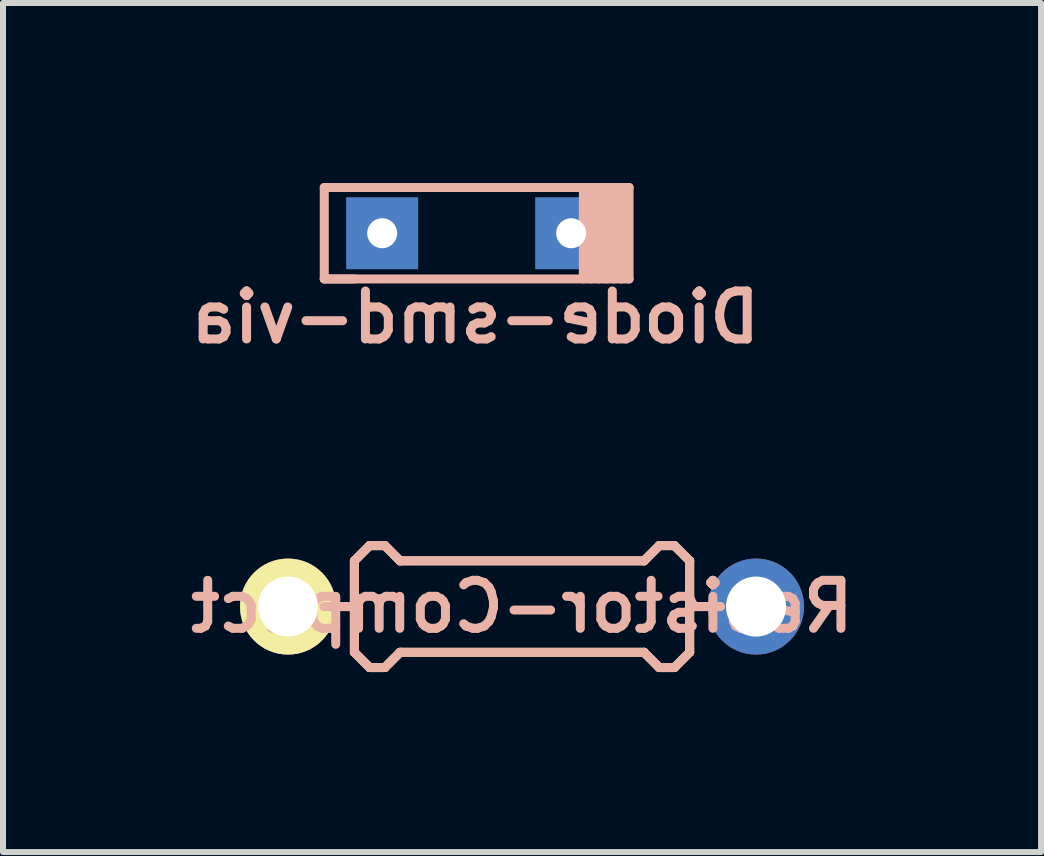
<source format=kicad_pcb>
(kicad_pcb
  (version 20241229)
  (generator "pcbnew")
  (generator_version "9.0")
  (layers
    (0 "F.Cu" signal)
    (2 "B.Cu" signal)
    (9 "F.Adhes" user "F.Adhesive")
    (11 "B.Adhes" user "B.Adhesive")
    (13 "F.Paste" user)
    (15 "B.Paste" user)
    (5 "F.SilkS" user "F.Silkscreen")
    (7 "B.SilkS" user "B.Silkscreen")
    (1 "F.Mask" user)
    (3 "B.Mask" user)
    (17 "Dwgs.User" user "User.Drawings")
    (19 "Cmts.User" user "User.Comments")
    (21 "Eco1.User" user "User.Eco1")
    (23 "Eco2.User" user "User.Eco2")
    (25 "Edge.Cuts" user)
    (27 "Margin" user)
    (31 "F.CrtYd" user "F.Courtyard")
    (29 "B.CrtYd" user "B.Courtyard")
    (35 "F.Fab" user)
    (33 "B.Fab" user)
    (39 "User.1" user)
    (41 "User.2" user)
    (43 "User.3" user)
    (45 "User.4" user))
  (footprint "Diode-smd-via"
    (layer "F.Cu")
    (at 4.894 0.837)
    (property "Reference" "Diode-smd-via" (at -0.025 1.4 0) (layer "B.SilkS") (effects (font (size 0.8 0.8) (thickness 0.15)) (justify mirror)))
    (attr smd)
    (fp_line (start -2.54 0.762) (end -2.032 0.762) (stroke (width 0.15) (type solid)) (layer "B.SilkS"))
    (fp_line (start -2.54 0.762) (end 2.54 0.762) (stroke (width 0.15) (type solid)) (layer "B.SilkS"))
    (fp_line (start -2.54 -0.762) (end -2.54 0.762) (stroke (width 0.15) (type solid)) (layer "B.SilkS"))
    (fp_line (start 1.778 0.762) (end 1.778 -0.762) (stroke (width 0.15) (type solid)) (layer "B.SilkS"))
    (fp_line (start 1.905 0.762) (end 1.905 -0.762) (stroke (width 0.15) (type solid)) (layer "B.SilkS"))
    (fp_line (start 2.032 -0.762) (end 2.032 0.762) (stroke (width 0.15) (type solid)) (layer "B.SilkS"))
    (fp_line (start 2.159 0.762) (end 2.159 -0.762) (stroke (width 0.15) (type solid)) (layer "B.SilkS"))
    (fp_line (start 2.286 -0.762) (end 2.286 0.762) (stroke (width 0.15) (type solid)) (layer "B.SilkS"))
    (fp_line (start 2.413 0.762) (end 2.413 -0.762) (stroke (width 0.15) (type solid)) (layer "B.SilkS"))
    (fp_line (start 2.54 0.762) (end 2.54 -0.762) (stroke (width 0.15) (type solid)) (layer "B.SilkS"))
    (fp_line (start 2.54 -0.762) (end -2.54 -0.762) (stroke (width 0.15) (type solid)) (layer "B.SilkS"))
    (pad "1" thru_hole circle (at 1.575 0) (size 1 1) (drill 0.5) (layers "*.Cu"))
    (pad "1" smd rect (at 1.575 0) (size 1.2 1.2) (layers "B.Cu" "B.Mask" "B.Paste"))
    (pad "2" thru_hole circle (at -1.575 0) (size 1 1) (drill 0.5) (layers "*.Cu"))
    (pad "2" smd rect (at -1.575 0) (size 1.2 1.2) (layers "B.Cu" "B.Mask" "B.Paste")))
  (footprint "Resistor-Compact"
    (layer "F.Cu")
    (at 5.65 7.059)
    (property "Reference" "Resistor-Compact" (at 0 0 0) (layer "B.SilkS") (effects (font (size 0.8 0.8) (thickness 0.15)) (justify mirror)))
    (attr smd)
    (fp_line (start -3.302 0) (end -2.794 0) (stroke (width 0.15) (type solid)) (layer "F.SilkS"))
    (fp_line (start -2.794 -0.762) (end -2.54 -1.016) (stroke (width 0.15) (type solid)) (layer "F.SilkS"))
    (fp_line (start -2.794 0.762) (end -2.794 -0.762) (stroke (width 0.15) (type solid)) (layer "F.SilkS"))
    (fp_line (start -2.54 -1.016) (end -2.286 -1.016) (stroke (width 0.15) (type solid)) (layer "F.SilkS"))
    (fp_line (start -2.54 1.016) (end -2.794 0.762) (stroke (width 0.15) (type solid)) (layer "F.SilkS"))
    (fp_line (start -2.286 -1.016) (end -2.032 -0.762) (stroke (width 0.15) (type solid)) (layer "F.SilkS"))
    (fp_line (start -2.286 1.016) (end -2.54 1.016) (stroke (width 0.15) (type solid)) (layer "F.SilkS"))
    (fp_line (start -2.032 -0.762) (end 2.032 -0.762) (stroke (width 0.15) (type solid)) (layer "F.SilkS"))
    (fp_line (start -2.032 0.762) (end -2.286 1.016) (stroke (width 0.15) (type solid)) (layer "F.SilkS"))
    (fp_line (start 2.032 -0.762) (end 2.286 -1.016) (stroke (width 0.15) (type solid)) (layer "F.SilkS"))
    (fp_line (start 2.032 0.762) (end -2.032 0.762) (stroke (width 0.15) (type solid)) (layer "F.SilkS"))
    (fp_line (start 2.286 -1.016) (end 2.54 -1.016) (stroke (width 0.15) (type solid)) (layer "F.SilkS"))
    (fp_line (start 2.286 1.016) (end 2.032 0.762) (stroke (width 0.15) (type solid)) (layer "F.SilkS"))
    (fp_line (start 2.54 -1.016) (end 2.794 -0.762) (stroke (width 0.15) (type solid)) (layer "F.SilkS"))
    (fp_line (start 2.54 1.016) (end 2.286 1.016) (stroke (width 0.15) (type solid)) (layer "F.SilkS"))
    (fp_line (start 2.794 -0.762) (end 2.794 0.762) (stroke (width 0.15) (type solid)) (layer "F.SilkS"))
    (fp_line (start 2.794 0) (end 3.302 0) (stroke (width 0.15) (type solid)) (layer "F.SilkS"))
    (fp_line (start 2.794 0.762) (end 2.54 1.016) (stroke (width 0.15) (type solid)) (layer "F.SilkS"))
    (fp_line (start -3.302 0) (end -2.794 0) (stroke (width 0.15) (type solid)) (layer "B.SilkS"))
    (fp_line (start -2.794 -0.762) (end -2.54 -1.016) (stroke (width 0.15) (type solid)) (layer "B.SilkS"))
    (fp_line (start -2.794 0) (end -2.794 -0.762) (stroke (width 0.15) (type solid)) (layer "B.SilkS"))
    (fp_line (start -2.794 0.762) (end -2.794 0) (stroke (width 0.15) (type solid)) (layer "B.SilkS"))
    (fp_line (start -2.54 -1.016) (end -2.286 -1.016) (stroke (width 0.15) (type solid)) (layer "B.SilkS"))
    (fp_line (start -2.54 1.016) (end -2.794 0.762) (stroke (width 0.15) (type solid)) (layer "B.SilkS"))
    (fp_line (start -2.286 -1.016) (end -2.032 -0.762) (stroke (width 0.15) (type solid)) (layer "B.SilkS"))
    (fp_line (start -2.286 1.016) (end -2.54 1.016) (stroke (width 0.15) (type solid)) (layer "B.SilkS"))
    (fp_line (start -2.032 -0.762) (end 2.032 -0.762) (stroke (width 0.15) (type solid)) (layer "B.SilkS"))
    (fp_line (start -2.032 0.762) (end -2.286 1.016) (stroke (width 0.15) (type solid)) (layer "B.SilkS"))
    (fp_line (start 2.032 -0.762) (end 2.286 -1.016) (stroke (width 0.15) (type solid)) (layer "B.SilkS"))
    (fp_line (start 2.032 0.762) (end -2.032 0.762) (stroke (width 0.15) (type solid)) (layer "B.SilkS"))
    (fp_line (start 2.286 -1.016) (end 2.54 -1.016) (stroke (width 0.15) (type solid)) (layer "B.SilkS"))
    (fp_line (start 2.286 1.016) (end 2.032 0.762) (stroke (width 0.15) (type solid)) (layer "B.SilkS"))
    (fp_line (start 2.54 -1.016) (end 2.794 -0.762) (stroke (width 0.15) (type solid)) (layer "B.SilkS"))
    (fp_line (start 2.54 1.016) (end 2.286 1.016) (stroke (width 0.15) (type solid)) (layer "B.SilkS"))
    (fp_line (start 2.794 -0.762) (end 2.794 0.762) (stroke (width 0.15) (type solid)) (layer "B.SilkS"))
    (fp_line (start 2.794 0) (end 3.302 0) (stroke (width 0.15) (type solid)) (layer "B.SilkS"))
    (fp_line (start 2.794 0.762) (end 2.54 1.016) (stroke (width 0.15) (type solid)) (layer "B.SilkS"))
    (pad "1" thru_hole circle (at 3.9 0) (size 1.6 1.6) (drill 1) (layers "*.Cu" "*.Mask"))
    (pad "2" thru_hole circle (at -3.9 0) (size 1.6 1.6) (drill 1) (layers "*.Cu" "*.Mask" "F.SilkS")))
  (gr_rect
    (start -3 -3)
    (end 14.3 11.15)
    (stroke (width 0.1) (type default))
    (fill no)
    (layer "Edge.Cuts")))
</source>
